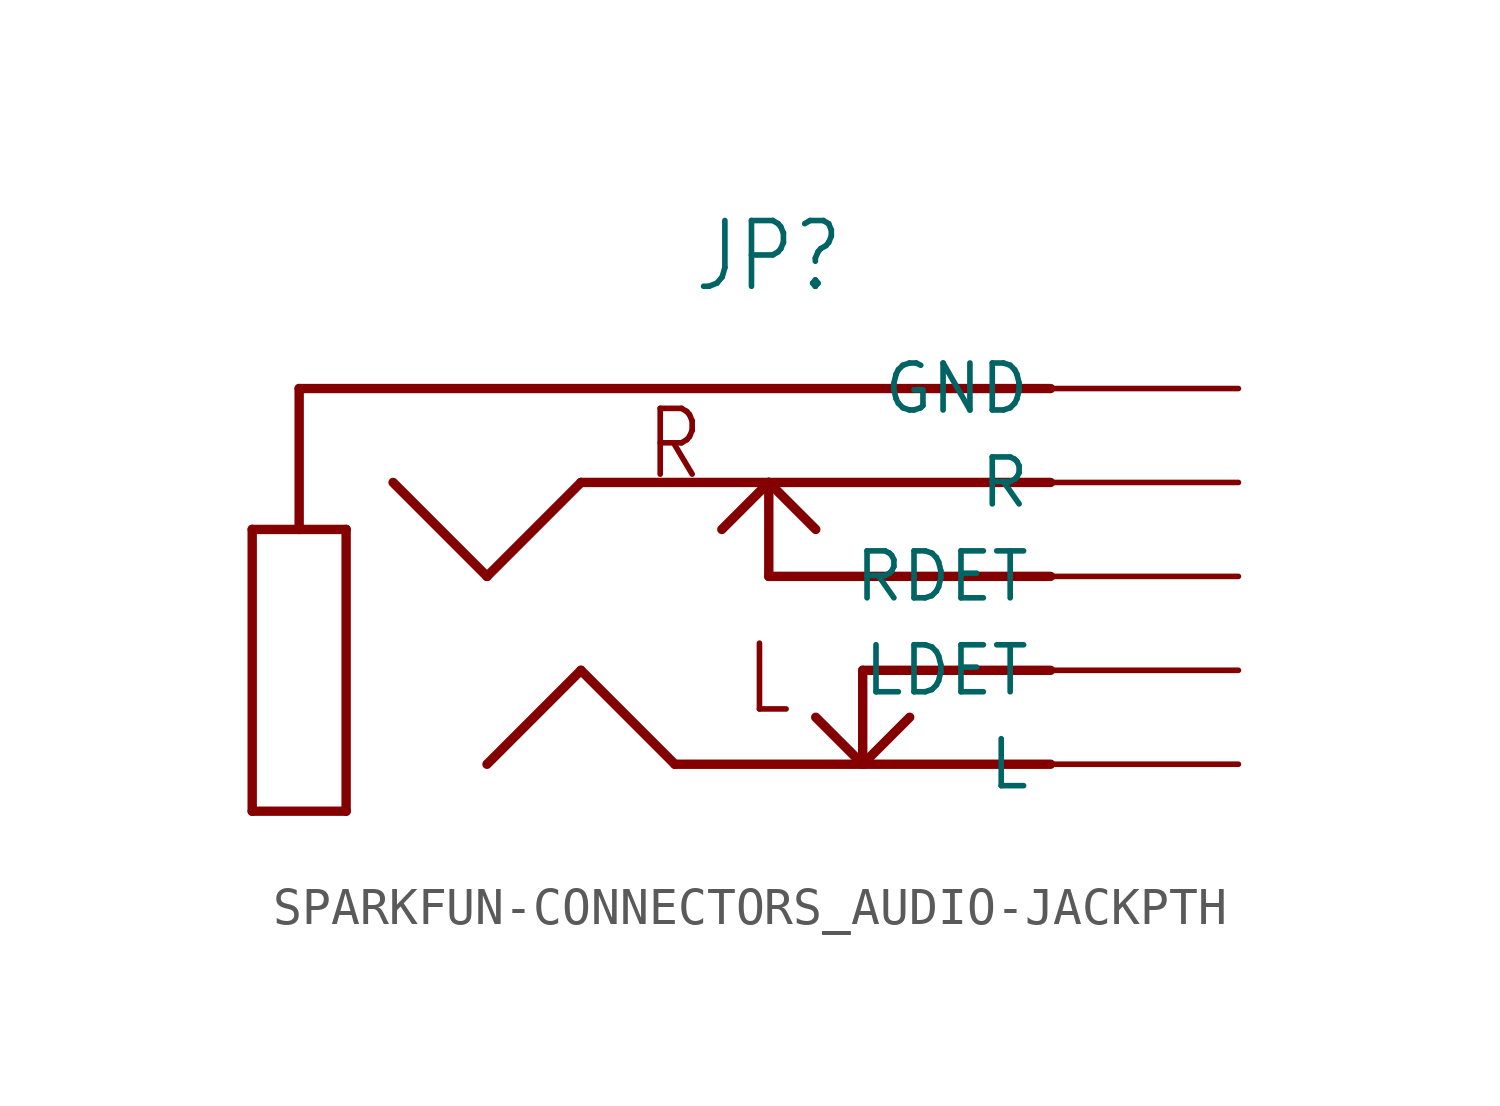
<source format=kicad_sym>
(kicad_symbol_lib
  (version 20211014)
  (generator kicad_symbol_editor)
  (symbol "SPARKFUN-CONNECTORS_AUDIO-JACKPTH"
    (property "Reference" "JP"
      (at 0 7.62 0)
      (effects (font (size 1.778 1.511)) (justify bottom)))
    (property "ki_locked" ""
      (at 0 0 0)
      (effects (font (size 1.27 1.27))))
    (symbol "SPARKFUN-CONNECTORS_AUDIO-JACKPTH_1_0"
      (polyline (pts (xy -13.97 -6.35) (xy -11.43 -6.35)) (stroke (width 0.254) (type default) (color 0 0 0 0)) (fill (type none)))
      (polyline (pts (xy -13.97 1.27) (xy -13.97 -6.35)) (stroke (width 0.254) (type default) (color 0 0 0 0)) (fill (type none)))
      (polyline (pts (xy -12.7 1.27) (xy -13.97 1.27)) (stroke (width 0.254) (type default) (color 0 0 0 0)) (fill (type none)))
      (polyline (pts (xy -12.7 5.08) (xy -12.7 1.27)) (stroke (width 0.254) (type default) (color 0 0 0 0)) (fill (type none)))
      (polyline (pts (xy -11.43 -6.35) (xy -11.43 1.27)) (stroke (width 0.254) (type default) (color 0 0 0 0)) (fill (type none)))
      (polyline (pts (xy -11.43 1.27) (xy -12.7 1.27)) (stroke (width 0.254) (type default) (color 0 0 0 0)) (fill (type none)))
      (polyline (pts (xy -7.62 0) (xy -10.16 2.54)) (stroke (width 0.254) (type default) (color 0 0 0 0)) (fill (type none)))
      (polyline (pts (xy -5.08 -2.54) (xy -7.62 -5.08)) (stroke (width 0.254) (type default) (color 0 0 0 0)) (fill (type none)))
      (polyline (pts (xy -5.08 2.54) (xy -7.62 0)) (stroke (width 0.254) (type default) (color 0 0 0 0)) (fill (type none)))
      (polyline (pts (xy -2.54 -5.08) (xy -5.08 -2.54)) (stroke (width 0.254) (type default) (color 0 0 0 0)) (fill (type none)))
      (polyline (pts (xy -1.27 1.27) (xy 0 2.54)) (stroke (width 0.254) (type default) (color 0 0 0 0)) (fill (type none)))
      (polyline (pts (xy 0 0) (xy 0 2.54)) (stroke (width 0.254) (type default) (color 0 0 0 0)) (fill (type none)))
      (polyline (pts (xy 0 2.54) (xy -5.08 2.54)) (stroke (width 0.254) (type default) (color 0 0 0 0)) (fill (type none)))
      (polyline (pts (xy 0 2.54) (xy 1.27 1.27)) (stroke (width 0.254) (type default) (color 0 0 0 0)) (fill (type none)))
      (polyline (pts (xy 1.27 -3.81) (xy 2.54 -5.08)) (stroke (width 0.254) (type default) (color 0 0 0 0)) (fill (type none)))
      (polyline (pts (xy 2.54 -5.08) (xy -2.54 -5.08)) (stroke (width 0.254) (type default) (color 0 0 0 0)) (fill (type none)))
      (polyline (pts (xy 2.54 -2.54) (xy 2.54 -5.08)) (stroke (width 0.254) (type default) (color 0 0 0 0)) (fill (type none)))
      (polyline (pts (xy 3.81 -3.81) (xy 2.54 -5.08)) (stroke (width 0.254) (type default) (color 0 0 0 0)) (fill (type none)))
      (polyline (pts (xy 7.62 -5.08) (xy 2.54 -5.08)) (stroke (width 0.254) (type default) (color 0 0 0 0)) (fill (type none)))
      (polyline (pts (xy 7.62 -2.54) (xy 2.54 -2.54)) (stroke (width 0.254) (type default) (color 0 0 0 0)) (fill (type none)))
      (polyline (pts (xy 7.62 0) (xy 0 0)) (stroke (width 0.254) (type default) (color 0 0 0 0)) (fill (type none)))
      (polyline (pts (xy 7.62 2.54) (xy 0 2.54)) (stroke (width 0.254) (type default) (color 0 0 0 0)) (fill (type none)))
      (polyline (pts (xy 7.62 5.08) (xy -12.7 5.08)) (stroke (width 0.254) (type default) (color 0 0 0 0)) (fill (type none)))
      (text "L" (at 0 -3.81 0) (effects (font (size 1.778 1.511)) (justify bottom)))
      (text "R" (at -2.54 2.54 0) (effects (font (size 1.778 1.511)) (justify bottom)))
      (pin bidirectional line (at 12.7 2.54 180) (length 5.08) (name "R" (effects (font (size 1.27 1.27)))) (number "RING" (effects (font (size 0 0)))))
      (pin bidirectional line (at 12.7 0 180) (length 5.08) (name "RDET" (effects (font (size 1.27 1.27)))) (number "RSH" (effects (font (size 0 0)))))
      (pin bidirectional line (at 12.7 5.08 180) (length 5.08) (name "GND" (effects (font (size 1.27 1.27)))) (number "SLEEVE" (effects (font (size 0 0)))))
      (pin bidirectional line (at 12.7 -5.08 180) (length 5.08) (name "L" (effects (font (size 1.27 1.27)))) (number "TIP" (effects (font (size 0 0)))))
      (pin bidirectional line (at 12.7 -2.54 180) (length 5.08) (name "LDET" (effects (font (size 1.27 1.27)))) (number "TSH" (effects (font (size 0 0))))))))
</source>
